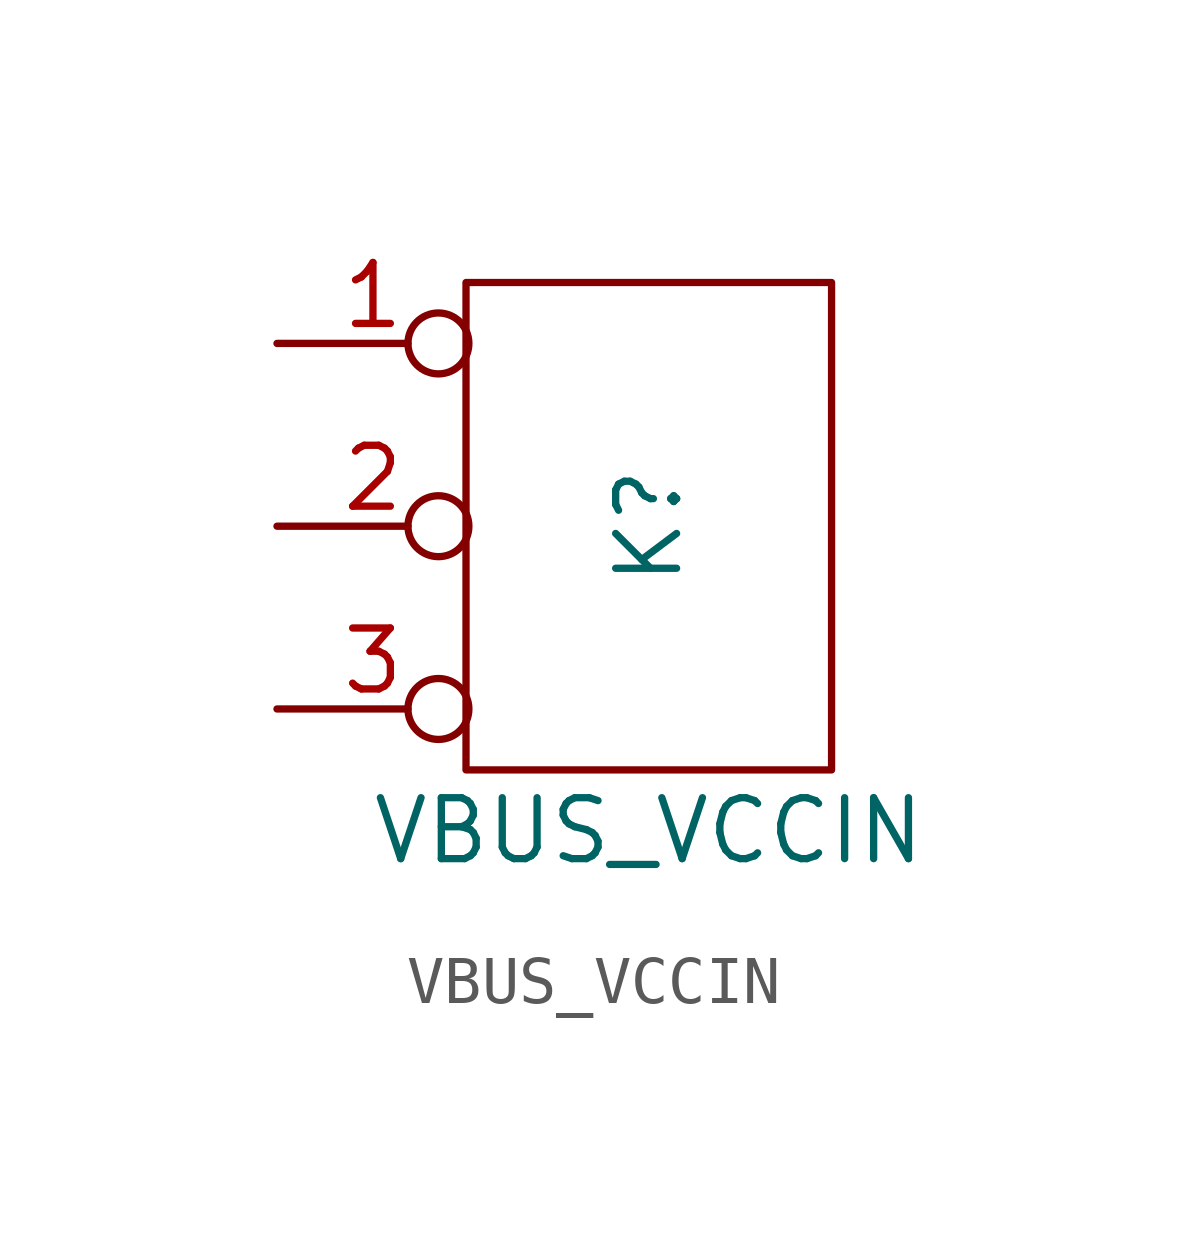
<source format=kicad_sym>
(kicad_symbol_lib
  (version 20211014)
  (generator kicad_symbol_editor)
  (symbol "VBUS_VCCIN"
    (property "Reference" "K"
      (at 0 0 90)
      (effects (font (size 1.27 1.27))))
    (property "Value" "VBUS_VCCIN"
      (at 0 -6.35 0)
      (effects (font (size 1.27 1.27))))
    (symbol "VBUS_VCCIN_0_1"
      (rectangle (start -3.81 5.08) (end 3.81 -5.08) (stroke (width 0) (type default) (color 0 0 0 0)) (fill (type none))))
    (symbol "VBUS_VCCIN_1_1"
      (pin input inverted (at -7.75 3.81 0) (length 4) (name "" (effects (font (size 1.27 1.27)))) (number "1" (effects (font (size 1.27 1.27)))))
      (pin input inverted (at -7.75 0 0) (length 4) (name "" (effects (font (size 1.27 1.27)))) (number "2" (effects (font (size 1.27 1.27)))))
      (pin input inverted (at -7.75 -3.81 0) (length 4) (name "" (effects (font (size 1.27 1.27)))) (number "3" (effects (font (size 1.27 1.27))))))))
</source>
